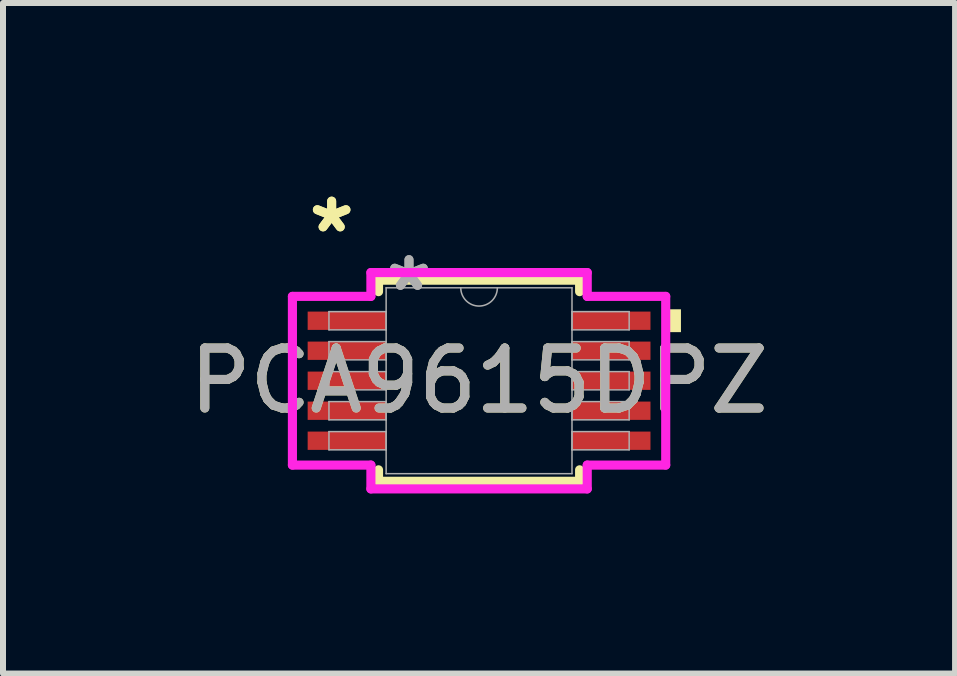
<source format=kicad_pcb>
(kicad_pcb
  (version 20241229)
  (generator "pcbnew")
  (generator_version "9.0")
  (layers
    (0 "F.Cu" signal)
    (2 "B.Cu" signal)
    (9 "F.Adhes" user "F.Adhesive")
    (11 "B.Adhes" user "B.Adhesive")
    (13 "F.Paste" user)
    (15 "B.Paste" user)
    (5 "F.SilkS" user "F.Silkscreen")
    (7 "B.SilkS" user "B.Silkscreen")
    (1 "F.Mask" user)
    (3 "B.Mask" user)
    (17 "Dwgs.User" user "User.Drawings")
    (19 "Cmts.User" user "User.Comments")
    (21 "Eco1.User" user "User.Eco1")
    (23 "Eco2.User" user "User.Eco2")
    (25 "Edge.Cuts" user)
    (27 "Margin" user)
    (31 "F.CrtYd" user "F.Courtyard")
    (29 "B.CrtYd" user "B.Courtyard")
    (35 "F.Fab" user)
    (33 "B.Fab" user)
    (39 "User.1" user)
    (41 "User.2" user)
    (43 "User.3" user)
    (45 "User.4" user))
  (footprint "PCA9615DPZ"
    (layer "F.Cu")
    (at 4.935 3.296)
    (property "Reference" "PCA9615DPZ" (at 0 0 0) (unlocked yes) (layer "F.SilkS") (effects (font (size 1 1) (thickness 0.15))))
    (attr smd)
    (fp_line (start -1.676 -1.676) (end -1.676 -1.485) (stroke (width 0.152) (type solid)) (layer "F.SilkS"))
    (fp_line (start -1.676 1.485) (end -1.676 1.676) (stroke (width 0.152) (type solid)) (layer "F.SilkS"))
    (fp_line (start -1.676 1.676) (end 1.676 1.676) (stroke (width 0.152) (type solid)) (layer "F.SilkS"))
    (fp_line (start 1.676 -1.676) (end -1.676 -1.676) (stroke (width 0.152) (type solid)) (layer "F.SilkS"))
    (fp_line (start 1.676 -1.485) (end 1.676 -1.676) (stroke (width 0.152) (type solid)) (layer "F.SilkS"))
    (fp_line (start 1.676 1.676) (end 1.676 1.485) (stroke (width 0.152) (type solid)) (layer "F.SilkS"))
    (fp_poly (pts (xy 3.365 -1.191) (xy 3.365 -0.81) (xy 3.111 -0.81) (xy 3.111 -1.191)) (stroke (width 0) (type solid)) (fill yes) (layer "F.SilkS"))
    (fp_line (start -3.111 -1.406) (end -1.803 -1.406) (stroke (width 0.152) (type solid)) (layer "F.CrtYd"))
    (fp_line (start -3.111 1.406) (end -3.111 -1.406) (stroke (width 0.152) (type solid)) (layer "F.CrtYd"))
    (fp_line (start -3.111 1.406) (end -1.803 1.406) (stroke (width 0.152) (type solid)) (layer "F.CrtYd"))
    (fp_line (start -1.803 -1.803) (end 1.803 -1.803) (stroke (width 0.152) (type solid)) (layer "F.CrtYd"))
    (fp_line (start -1.803 -1.406) (end -1.803 -1.803) (stroke (width 0.152) (type solid)) (layer "F.CrtYd"))
    (fp_line (start -1.803 1.803) (end -1.803 1.406) (stroke (width 0.152) (type solid)) (layer "F.CrtYd"))
    (fp_line (start 1.803 -1.803) (end 1.803 -1.406) (stroke (width 0.152) (type solid)) (layer "F.CrtYd"))
    (fp_line (start 1.803 1.406) (end 1.803 1.803) (stroke (width 0.152) (type solid)) (layer "F.CrtYd"))
    (fp_line (start 1.803 1.803) (end -1.803 1.803) (stroke (width 0.152) (type solid)) (layer "F.CrtYd"))
    (fp_line (start 3.111 -1.406) (end 1.803 -1.406) (stroke (width 0.152) (type solid)) (layer "F.CrtYd"))
    (fp_line (start 3.111 -1.406) (end 3.111 1.406) (stroke (width 0.152) (type solid)) (layer "F.CrtYd"))
    (fp_line (start 3.111 1.406) (end 1.803 1.406) (stroke (width 0.152) (type solid)) (layer "F.CrtYd"))
    (fp_line (start -2.502 -1.152) (end -2.502 -0.848) (stroke (width 0.025) (type solid)) (layer "F.Fab"))
    (fp_line (start -2.502 -0.848) (end -1.549 -0.848) (stroke (width 0.025) (type solid)) (layer "F.Fab"))
    (fp_line (start -2.502 -0.652) (end -2.502 -0.348) (stroke (width 0.025) (type solid)) (layer "F.Fab"))
    (fp_line (start -2.502 -0.348) (end -1.549 -0.348) (stroke (width 0.025) (type solid)) (layer "F.Fab"))
    (fp_line (start -2.502 -0.152) (end -2.502 0.152) (stroke (width 0.025) (type solid)) (layer "F.Fab"))
    (fp_line (start -2.502 0.152) (end -1.549 0.152) (stroke (width 0.025) (type solid)) (layer "F.Fab"))
    (fp_line (start -2.502 0.348) (end -2.502 0.652) (stroke (width 0.025) (type solid)) (layer "F.Fab"))
    (fp_line (start -2.502 0.652) (end -1.549 0.652) (stroke (width 0.025) (type solid)) (layer "F.Fab"))
    (fp_line (start -2.502 0.848) (end -2.502 1.152) (stroke (width 0.025) (type solid)) (layer "F.Fab"))
    (fp_line (start -2.502 1.152) (end -1.549 1.152) (stroke (width 0.025) (type solid)) (layer "F.Fab"))
    (fp_line (start -1.549 -1.549) (end -1.549 1.549) (stroke (width 0.025) (type solid)) (layer "F.Fab"))
    (fp_line (start -1.549 -1.152) (end -2.502 -1.152) (stroke (width 0.025) (type solid)) (layer "F.Fab"))
    (fp_line (start -1.549 -0.848) (end -1.549 -1.152) (stroke (width 0.025) (type solid)) (layer "F.Fab"))
    (fp_line (start -1.549 -0.652) (end -2.502 -0.652) (stroke (width 0.025) (type solid)) (layer "F.Fab"))
    (fp_line (start -1.549 -0.348) (end -1.549 -0.652) (stroke (width 0.025) (type solid)) (layer "F.Fab"))
    (fp_line (start -1.549 -0.152) (end -2.502 -0.152) (stroke (width 0.025) (type solid)) (layer "F.Fab"))
    (fp_line (start -1.549 0.152) (end -1.549 -0.152) (stroke (width 0.025) (type solid)) (layer "F.Fab"))
    (fp_line (start -1.549 0.348) (end -2.502 0.348) (stroke (width 0.025) (type solid)) (layer "F.Fab"))
    (fp_line (start -1.549 0.652) (end -1.549 0.348) (stroke (width 0.025) (type solid)) (layer "F.Fab"))
    (fp_line (start -1.549 0.848) (end -2.502 0.848) (stroke (width 0.025) (type solid)) (layer "F.Fab"))
    (fp_line (start -1.549 1.152) (end -1.549 0.848) (stroke (width 0.025) (type solid)) (layer "F.Fab"))
    (fp_line (start -1.549 1.549) (end 1.549 1.549) (stroke (width 0.025) (type solid)) (layer "F.Fab"))
    (fp_line (start 1.549 -1.549) (end -1.549 -1.549) (stroke (width 0.025) (type solid)) (layer "F.Fab"))
    (fp_line (start 1.549 -1.152) (end 1.549 -0.848) (stroke (width 0.025) (type solid)) (layer "F.Fab"))
    (fp_line (start 1.549 -0.848) (end 2.502 -0.848) (stroke (width 0.025) (type solid)) (layer "F.Fab"))
    (fp_line (start 1.549 -0.652) (end 1.549 -0.348) (stroke (width 0.025) (type solid)) (layer "F.Fab"))
    (fp_line (start 1.549 -0.348) (end 2.502 -0.348) (stroke (width 0.025) (type solid)) (layer "F.Fab"))
    (fp_line (start 1.549 -0.152) (end 1.549 0.152) (stroke (width 0.025) (type solid)) (layer "F.Fab"))
    (fp_line (start 1.549 0.152) (end 2.502 0.152) (stroke (width 0.025) (type solid)) (layer "F.Fab"))
    (fp_line (start 1.549 0.348) (end 1.549 0.652) (stroke (width 0.025) (type solid)) (layer "F.Fab"))
    (fp_line (start 1.549 0.652) (end 2.502 0.652) (stroke (width 0.025) (type solid)) (layer "F.Fab"))
    (fp_line (start 1.549 0.848) (end 1.549 1.152) (stroke (width 0.025) (type solid)) (layer "F.Fab"))
    (fp_line (start 1.549 1.152) (end 2.502 1.152) (stroke (width 0.025) (type solid)) (layer "F.Fab"))
    (fp_line (start 1.549 1.549) (end 1.549 -1.549) (stroke (width 0.025) (type solid)) (layer "F.Fab"))
    (fp_line (start 2.502 -1.152) (end 1.549 -1.152) (stroke (width 0.025) (type solid)) (layer "F.Fab"))
    (fp_line (start 2.502 -0.848) (end 2.502 -1.152) (stroke (width 0.025) (type solid)) (layer "F.Fab"))
    (fp_line (start 2.502 -0.652) (end 1.549 -0.652) (stroke (width 0.025) (type solid)) (layer "F.Fab"))
    (fp_line (start 2.502 -0.348) (end 2.502 -0.652) (stroke (width 0.025) (type solid)) (layer "F.Fab"))
    (fp_line (start 2.502 -0.152) (end 1.549 -0.152) (stroke (width 0.025) (type solid)) (layer "F.Fab"))
    (fp_line (start 2.502 0.152) (end 2.502 -0.152) (stroke (width 0.025) (type solid)) (layer "F.Fab"))
    (fp_line (start 2.502 0.348) (end 1.549 0.348) (stroke (width 0.025) (type solid)) (layer "F.Fab"))
    (fp_line (start 2.502 0.652) (end 2.502 0.348) (stroke (width 0.025) (type solid)) (layer "F.Fab"))
    (fp_line (start 2.502 0.848) (end 1.549 0.848) (stroke (width 0.025) (type solid)) (layer "F.Fab"))
    (fp_line (start 2.502 1.152) (end 2.502 0.848) (stroke (width 0.025) (type solid)) (layer "F.Fab"))
    (fp_arc (start 0.3048 -1.5494) (mid 0 -1.2446) (end -0.3048 -1.5494) (stroke (width 0.0254) (type solid)) (layer "F.Fab"))
    (fp_text user "*" (at -2.457 -2.448 0) (unlocked yes) (layer "F.SilkS") (effects (font (size 1 1) (thickness 0.15))))
    (fp_text user "*" (at -2.457 -2.448 0) (layer "F.SilkS") (effects (font (size 1 1) (thickness 0.15))))
    (fp_text user "*" (at -1.168 -1.473 0) (unlocked yes) (layer "F.Fab") (effects (font (size 1 1) (thickness 0.15))))
    (fp_text user "${REFERENCE}" (at 0 0 0) (unlocked yes) (layer "F.Fab") (effects (font (size 1 1) (thickness 0.15))))
    (fp_text user "*" (at -1.168 -1.473 0) (layer "F.Fab") (effects (font (size 1 1) (thickness 0.15))))
    (pad "1" smd rect (at -2.203 -1) (size 1.308 0.305) (layers "F.Cu" "F.Mask" "F.Paste"))
    (pad "2" smd rect (at -2.203 -0.5) (size 1.308 0.305) (layers "F.Cu" "F.Mask" "F.Paste"))
    (pad "3" smd rect (at -2.203 0) (size 1.308 0.305) (layers "F.Cu" "F.Mask" "F.Paste"))
    (pad "4" smd rect (at -2.203 0.5) (size 1.308 0.305) (layers "F.Cu" "F.Mask" "F.Paste"))
    (pad "5" smd rect (at -2.203 1) (size 1.308 0.305) (layers "F.Cu" "F.Mask" "F.Paste"))
    (pad "6" smd rect (at 2.203 1) (size 1.308 0.305) (layers "F.Cu" "F.Mask" "F.Paste"))
    (pad "7" smd rect (at 2.203 0.5) (size 1.308 0.305) (layers "F.Cu" "F.Mask" "F.Paste"))
    (pad "8" smd rect (at 2.203 0) (size 1.308 0.305) (layers "F.Cu" "F.Mask" "F.Paste"))
    (pad "9" smd rect (at 2.203 -0.5) (size 1.308 0.305) (layers "F.Cu" "F.Mask" "F.Paste"))
    (pad "10" smd rect (at 2.203 -1) (size 1.308 0.305) (layers "F.Cu" "F.Mask" "F.Paste")))
  (gr_rect
    (start -3 -3)
    (end 12.869 8.176)
    (stroke (width 0.1) (type default))
    (fill no)
    (layer "Edge.Cuts")))
</source>
